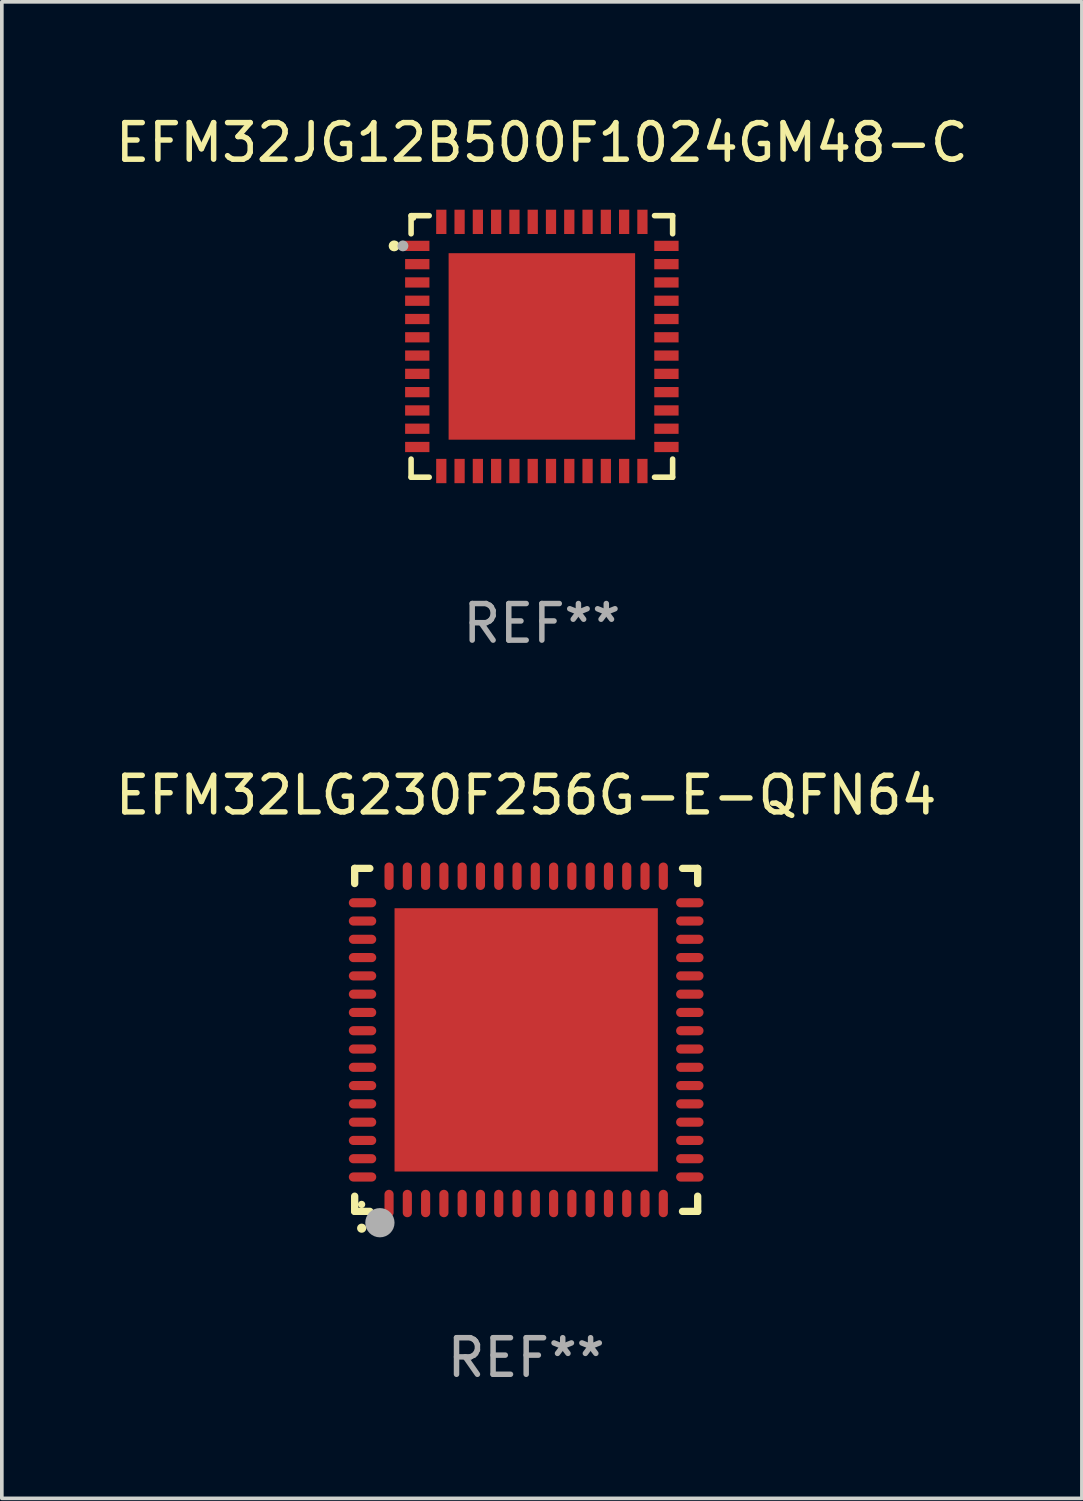
<source format=kicad_pcb>
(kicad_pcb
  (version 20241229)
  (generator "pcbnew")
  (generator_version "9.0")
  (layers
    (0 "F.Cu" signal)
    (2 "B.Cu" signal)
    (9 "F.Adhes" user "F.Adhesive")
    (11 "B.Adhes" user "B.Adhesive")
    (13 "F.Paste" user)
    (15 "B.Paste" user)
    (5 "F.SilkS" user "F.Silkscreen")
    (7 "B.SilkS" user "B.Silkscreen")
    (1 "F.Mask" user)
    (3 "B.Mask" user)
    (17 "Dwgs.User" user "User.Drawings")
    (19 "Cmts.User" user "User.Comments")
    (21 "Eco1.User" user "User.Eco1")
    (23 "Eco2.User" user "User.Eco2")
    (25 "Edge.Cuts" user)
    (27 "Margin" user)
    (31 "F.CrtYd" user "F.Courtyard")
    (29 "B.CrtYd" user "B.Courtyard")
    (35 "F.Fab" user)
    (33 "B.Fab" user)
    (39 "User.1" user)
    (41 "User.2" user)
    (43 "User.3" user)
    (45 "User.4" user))
  (footprint "EFM32JG12B500F1024GM48-C"
    (layer "F.Cu")
    (at 11.768 6.424)
    (property "Reference" "EFM32JG12B500F1024GM48-C" (at 0 -5.576 0) (layer "F.SilkS") (effects (font (size 1 1) (thickness 0.15))))
    (attr through_hole)
    (fp_line (start -3.576 -3.576) (end -3.576 -3.081) (stroke (width 0.152) (type solid)) (layer "F.SilkS"))
    (fp_line (start -3.576 3.576) (end -3.576 3.081) (stroke (width 0.152) (type solid)) (layer "F.SilkS"))
    (fp_line (start -3.081 -3.576) (end -3.576 -3.576) (stroke (width 0.152) (type solid)) (layer "F.SilkS"))
    (fp_line (start -3.081 3.576) (end -3.576 3.576) (stroke (width 0.152) (type solid)) (layer "F.SilkS"))
    (fp_line (start 3.081 -3.576) (end 3.576 -3.576) (stroke (width 0.152) (type solid)) (layer "F.SilkS"))
    (fp_line (start 3.081 3.576) (end 3.576 3.576) (stroke (width 0.152) (type solid)) (layer "F.SilkS"))
    (fp_line (start 3.576 -3.576) (end 3.576 -3.081) (stroke (width 0.152) (type solid)) (layer "F.SilkS"))
    (fp_line (start 3.576 3.576) (end 3.576 3.081) (stroke (width 0.152) (type solid)) (layer "F.SilkS"))
    (fp_circle (center -4.04 -2.75) (end -3.965 -2.75) (stroke (width 0.15) (type solid)) (fill no) (layer "F.SilkS"))
    (fp_circle (center -3.5 -3.5) (end -3.47 -3.5) (stroke (width 0.06) (type solid)) (fill no) (layer "F.SilkS"))
    (fp_circle (center -3.8 -2.75) (end -3.725 -2.75) (stroke (width 0.15) (type solid)) (fill no) (layer "F.Fab"))
    (fp_text user "REF**" (at 0 7.576 0) (layer "F.Fab") (effects (font (size 1 1) (thickness 0.15))))
    (pad "1" smd rect (at -3.407 -2.75) (size 0.665 0.28) (layers "F.Cu" "F.Mask" "F.Paste"))
    (pad "2" smd rect (at -3.407 -2.25) (size 0.665 0.28) (layers "F.Cu" "F.Mask" "F.Paste"))
    (pad "3" smd rect (at -3.407 -1.75) (size 0.665 0.28) (layers "F.Cu" "F.Mask" "F.Paste"))
    (pad "4" smd rect (at -3.407 -1.25) (size 0.665 0.28) (layers "F.Cu" "F.Mask" "F.Paste"))
    (pad "5" smd rect (at -3.407 -0.75) (size 0.665 0.28) (layers "F.Cu" "F.Mask" "F.Paste"))
    (pad "6" smd rect (at -3.407 -0.25) (size 0.665 0.28) (layers "F.Cu" "F.Mask" "F.Paste"))
    (pad "7" smd rect (at -3.407 0.25) (size 0.665 0.28) (layers "F.Cu" "F.Mask" "F.Paste"))
    (pad "8" smd rect (at -3.407 0.75) (size 0.665 0.28) (layers "F.Cu" "F.Mask" "F.Paste"))
    (pad "9" smd rect (at -3.407 1.25) (size 0.665 0.28) (layers "F.Cu" "F.Mask" "F.Paste"))
    (pad "10" smd rect (at -3.407 1.75) (size 0.665 0.28) (layers "F.Cu" "F.Mask" "F.Paste"))
    (pad "11" smd rect (at -3.407 2.25) (size 0.665 0.28) (layers "F.Cu" "F.Mask" "F.Paste"))
    (pad "12" smd rect (at -3.407 2.75) (size 0.665 0.28) (layers "F.Cu" "F.Mask" "F.Paste"))
    (pad "13" smd rect (at -2.75 3.407) (size 0.28 0.665) (layers "F.Cu" "F.Mask" "F.Paste"))
    (pad "14" smd rect (at -2.25 3.407) (size 0.28 0.665) (layers "F.Cu" "F.Mask" "F.Paste"))
    (pad "15" smd rect (at -1.75 3.407) (size 0.28 0.665) (layers "F.Cu" "F.Mask" "F.Paste"))
    (pad "16" smd rect (at -1.25 3.407) (size 0.28 0.665) (layers "F.Cu" "F.Mask" "F.Paste"))
    (pad "17" smd rect (at -0.75 3.407) (size 0.28 0.665) (layers "F.Cu" "F.Mask" "F.Paste"))
    (pad "18" smd rect (at -0.25 3.407) (size 0.28 0.665) (layers "F.Cu" "F.Mask" "F.Paste"))
    (pad "19" smd rect (at 0.25 3.407) (size 0.28 0.665) (layers "F.Cu" "F.Mask" "F.Paste"))
    (pad "20" smd rect (at 0.75 3.407) (size 0.28 0.665) (layers "F.Cu" "F.Mask" "F.Paste"))
    (pad "21" smd rect (at 1.25 3.407) (size 0.28 0.665) (layers "F.Cu" "F.Mask" "F.Paste"))
    (pad "22" smd rect (at 1.75 3.407) (size 0.28 0.665) (layers "F.Cu" "F.Mask" "F.Paste"))
    (pad "23" smd rect (at 2.25 3.407) (size 0.28 0.665) (layers "F.Cu" "F.Mask" "F.Paste"))
    (pad "24" smd rect (at 2.75 3.407) (size 0.28 0.665) (layers "F.Cu" "F.Mask" "F.Paste"))
    (pad "25" smd rect (at 3.407 2.75) (size 0.665 0.28) (layers "F.Cu" "F.Mask" "F.Paste"))
    (pad "26" smd rect (at 3.407 2.25) (size 0.665 0.28) (layers "F.Cu" "F.Mask" "F.Paste"))
    (pad "27" smd rect (at 3.407 1.75) (size 0.665 0.28) (layers "F.Cu" "F.Mask" "F.Paste"))
    (pad "28" smd rect (at 3.407 1.25) (size 0.665 0.28) (layers "F.Cu" "F.Mask" "F.Paste"))
    (pad "29" smd rect (at 3.407 0.75) (size 0.665 0.28) (layers "F.Cu" "F.Mask" "F.Paste"))
    (pad "30" smd rect (at 3.407 0.25) (size 0.665 0.28) (layers "F.Cu" "F.Mask" "F.Paste"))
    (pad "31" smd rect (at 3.407 -0.25) (size 0.665 0.28) (layers "F.Cu" "F.Mask" "F.Paste"))
    (pad "32" smd rect (at 3.407 -0.75) (size 0.665 0.28) (layers "F.Cu" "F.Mask" "F.Paste"))
    (pad "33" smd rect (at 3.407 -1.25) (size 0.665 0.28) (layers "F.Cu" "F.Mask" "F.Paste"))
    (pad "34" smd rect (at 3.407 -1.75) (size 0.665 0.28) (layers "F.Cu" "F.Mask" "F.Paste"))
    (pad "35" smd rect (at 3.407 -2.25) (size 0.665 0.28) (layers "F.Cu" "F.Mask" "F.Paste"))
    (pad "36" smd rect (at 3.407 -2.75) (size 0.665 0.28) (layers "F.Cu" "F.Mask" "F.Paste"))
    (pad "37" smd rect (at 2.75 -3.407) (size 0.28 0.665) (layers "F.Cu" "F.Mask" "F.Paste"))
    (pad "38" smd rect (at 2.25 -3.407) (size 0.28 0.665) (layers "F.Cu" "F.Mask" "F.Paste"))
    (pad "39" smd rect (at 1.75 -3.407) (size 0.28 0.665) (layers "F.Cu" "F.Mask" "F.Paste"))
    (pad "40" smd rect (at 1.25 -3.407) (size 0.28 0.665) (layers "F.Cu" "F.Mask" "F.Paste"))
    (pad "41" smd rect (at 0.75 -3.407) (size 0.28 0.665) (layers "F.Cu" "F.Mask" "F.Paste"))
    (pad "42" smd rect (at 0.25 -3.407) (size 0.28 0.665) (layers "F.Cu" "F.Mask" "F.Paste"))
    (pad "43" smd rect (at -0.25 -3.407) (size 0.28 0.665) (layers "F.Cu" "F.Mask" "F.Paste"))
    (pad "44" smd rect (at -0.75 -3.407) (size 0.28 0.665) (layers "F.Cu" "F.Mask" "F.Paste"))
    (pad "45" smd rect (at -1.25 -3.407) (size 0.28 0.665) (layers "F.Cu" "F.Mask" "F.Paste"))
    (pad "46" smd rect (at -1.75 -3.407) (size 0.28 0.665) (layers "F.Cu" "F.Mask" "F.Paste"))
    (pad "47" smd rect (at -2.25 -3.407) (size 0.28 0.665) (layers "F.Cu" "F.Mask" "F.Paste"))
    (pad "48" smd rect (at -2.75 -3.407) (size 0.28 0.665) (layers "F.Cu" "F.Mask" "F.Paste"))
    (pad "49" smd rect (at 0 0) (size 5.1 5.1) (layers "F.Cu" "F.Mask" "F.Paste")))
  (footprint "EFM32LG230F256G-E-QFN64"
    (layer "F.Cu")
    (at 11.339 25.387)
    (property "Reference" "EFM32LG230F256G-E-QFN64" (at 0 -6.69 0) (layer "F.SilkS") (effects (font (size 1 1) (thickness 0.15))))
    (attr through_hole)
    (fp_line (start -4.69 -4.69) (end -4.275 -4.69) (stroke (width 0.2) (type solid)) (layer "F.SilkS"))
    (fp_line (start -4.69 -4.275) (end -4.69 -4.69) (stroke (width 0.2) (type solid)) (layer "F.SilkS"))
    (fp_line (start -4.69 4.69) (end -4.69 4.275) (stroke (width 0.2) (type solid)) (layer "F.SilkS"))
    (fp_line (start -4.275 4.69) (end -4.69 4.69) (stroke (width 0.2) (type solid)) (layer "F.SilkS"))
    (fp_line (start 4.275 4.69) (end 4.69 4.69) (stroke (width 0.2) (type solid)) (layer "F.SilkS"))
    (fp_line (start 4.69 -4.69) (end 4.275 -4.69) (stroke (width 0.2) (type solid)) (layer "F.SilkS"))
    (fp_line (start 4.69 -4.275) (end 4.69 -4.69) (stroke (width 0.2) (type solid)) (layer "F.SilkS"))
    (fp_line (start 4.69 4.69) (end 4.69 4.275) (stroke (width 0.2) (type solid)) (layer "F.SilkS"))
    (fp_arc (start -4.499886 5.15) (mid -4.498616 5.149994) (end -4.497346 5.15) (stroke (width 0.24892) (type solid)) (layer "F.SilkS"))
    (fp_circle (center -4.5 4.5) (end -4.45 4.5) (stroke (width 0.1) (type solid)) (fill no) (layer "F.SilkS"))
    (fp_circle (center -4 5) (end -3.8 5) (stroke (width 0.4) (type solid)) (fill no) (layer "F.Fab"))
    (fp_text user "REF**" (at 0 8.69 0) (layer "F.Fab") (effects (font (size 1 1) (thickness 0.15))))
    (pad "1" smd oval (at -3.75 4.475) (size 0.25 0.75) (layers "F.Cu" "F.Mask" "F.Paste"))
    (pad "2" smd oval (at -3.25 4.475) (size 0.25 0.75) (layers "F.Cu" "F.Mask" "F.Paste"))
    (pad "3" smd oval (at -2.75 4.475) (size 0.25 0.75) (layers "F.Cu" "F.Mask" "F.Paste"))
    (pad "4" smd oval (at -2.25 4.475) (size 0.25 0.75) (layers "F.Cu" "F.Mask" "F.Paste"))
    (pad "5" smd oval (at -1.75 4.475) (size 0.25 0.75) (layers "F.Cu" "F.Mask" "F.Paste"))
    (pad "6" smd oval (at -1.25 4.475) (size 0.25 0.75) (layers "F.Cu" "F.Mask" "F.Paste"))
    (pad "7" smd oval (at -0.75 4.475) (size 0.25 0.75) (layers "F.Cu" "F.Mask" "F.Paste"))
    (pad "8" smd oval (at -0.25 4.475) (size 0.25 0.75) (layers "F.Cu" "F.Mask" "F.Paste"))
    (pad "9" smd oval (at 0.25 4.475) (size 0.25 0.75) (layers "F.Cu" "F.Mask" "F.Paste"))
    (pad "10" smd oval (at 0.75 4.475) (size 0.25 0.75) (layers "F.Cu" "F.Mask" "F.Paste"))
    (pad "11" smd oval (at 1.25 4.475) (size 0.25 0.75) (layers "F.Cu" "F.Mask" "F.Paste"))
    (pad "12" smd oval (at 1.75 4.475) (size 0.25 0.75) (layers "F.Cu" "F.Mask" "F.Paste"))
    (pad "13" smd oval (at 2.25 4.475) (size 0.25 0.75) (layers "F.Cu" "F.Mask" "F.Paste"))
    (pad "14" smd oval (at 2.75 4.475) (size 0.25 0.75) (layers "F.Cu" "F.Mask" "F.Paste"))
    (pad "15" smd oval (at 3.25 4.475) (size 0.25 0.75) (layers "F.Cu" "F.Mask" "F.Paste"))
    (pad "16" smd oval (at 3.75 4.475) (size 0.25 0.75) (layers "F.Cu" "F.Mask" "F.Paste"))
    (pad "17" smd oval (at 4.475 3.75) (size 0.75 0.25) (layers "F.Cu" "F.Mask" "F.Paste"))
    (pad "18" smd oval (at 4.475 3.25) (size 0.75 0.25) (layers "F.Cu" "F.Mask" "F.Paste"))
    (pad "19" smd oval (at 4.475 2.75) (size 0.75 0.25) (layers "F.Cu" "F.Mask" "F.Paste"))
    (pad "20" smd oval (at 4.475 2.25) (size 0.75 0.25) (layers "F.Cu" "F.Mask" "F.Paste"))
    (pad "21" smd oval (at 4.475 1.75) (size 0.75 0.25) (layers "F.Cu" "F.Mask" "F.Paste"))
    (pad "22" smd oval (at 4.475 1.25) (size 0.75 0.25) (layers "F.Cu" "F.Mask" "F.Paste"))
    (pad "23" smd oval (at 4.475 0.75) (size 0.75 0.25) (layers "F.Cu" "F.Mask" "F.Paste"))
    (pad "24" smd oval (at 4.475 0.25) (size 0.75 0.25) (layers "F.Cu" "F.Mask" "F.Paste"))
    (pad "25" smd oval (at 4.475 -0.25) (size 0.75 0.25) (layers "F.Cu" "F.Mask" "F.Paste"))
    (pad "26" smd oval (at 4.475 -0.75) (size 0.75 0.25) (layers "F.Cu" "F.Mask" "F.Paste"))
    (pad "27" smd oval (at 4.475 -1.25) (size 0.75 0.25) (layers "F.Cu" "F.Mask" "F.Paste"))
    (pad "28" smd oval (at 4.475 -1.75) (size 0.75 0.25) (layers "F.Cu" "F.Mask" "F.Paste"))
    (pad "29" smd oval (at 4.475 -2.25) (size 0.75 0.25) (layers "F.Cu" "F.Mask" "F.Paste"))
    (pad "30" smd oval (at 4.475 -2.75) (size 0.75 0.25) (layers "F.Cu" "F.Mask" "F.Paste"))
    (pad "31" smd oval (at 4.475 -3.25) (size 0.75 0.25) (layers "F.Cu" "F.Mask" "F.Paste"))
    (pad "32" smd oval (at 4.475 -3.75) (size 0.75 0.25) (layers "F.Cu" "F.Mask" "F.Paste"))
    (pad "33" smd oval (at 3.75 -4.475) (size 0.25 0.75) (layers "F.Cu" "F.Mask" "F.Paste"))
    (pad "34" smd oval (at 3.25 -4.475) (size 0.25 0.75) (layers "F.Cu" "F.Mask" "F.Paste"))
    (pad "35" smd oval (at 2.75 -4.475) (size 0.25 0.75) (layers "F.Cu" "F.Mask" "F.Paste"))
    (pad "36" smd oval (at 2.25 -4.475) (size 0.25 0.75) (layers "F.Cu" "F.Mask" "F.Paste"))
    (pad "37" smd oval (at 1.75 -4.475) (size 0.25 0.75) (layers "F.Cu" "F.Mask" "F.Paste"))
    (pad "38" smd oval (at 1.25 -4.475) (size 0.25 0.75) (layers "F.Cu" "F.Mask" "F.Paste"))
    (pad "39" smd oval (at 0.75 -4.475) (size 0.25 0.75) (layers "F.Cu" "F.Mask" "F.Paste"))
    (pad "40" smd oval (at 0.25 -4.475) (size 0.25 0.75) (layers "F.Cu" "F.Mask" "F.Paste"))
    (pad "41" smd oval (at -0.25 -4.475) (size 0.25 0.75) (layers "F.Cu" "F.Mask" "F.Paste"))
    (pad "42" smd oval (at -0.75 -4.475) (size 0.25 0.75) (layers "F.Cu" "F.Mask" "F.Paste"))
    (pad "43" smd oval (at -1.25 -4.475) (size 0.25 0.75) (layers "F.Cu" "F.Mask" "F.Paste"))
    (pad "44" smd oval (at -1.75 -4.475) (size 0.25 0.75) (layers "F.Cu" "F.Mask" "F.Paste"))
    (pad "45" smd oval (at -2.25 -4.475) (size 0.25 0.75) (layers "F.Cu" "F.Mask" "F.Paste"))
    (pad "46" smd oval (at -2.75 -4.475) (size 0.25 0.75) (layers "F.Cu" "F.Mask" "F.Paste"))
    (pad "47" smd oval (at -3.25 -4.475) (size 0.25 0.75) (layers "F.Cu" "F.Mask" "F.Paste"))
    (pad "48" smd oval (at -3.75 -4.475) (size 0.25 0.75) (layers "F.Cu" "F.Mask" "F.Paste"))
    (pad "49" smd oval (at -4.475 -3.75) (size 0.75 0.25) (layers "F.Cu" "F.Mask" "F.Paste"))
    (pad "50" smd oval (at -4.475 -3.25) (size 0.75 0.25) (layers "F.Cu" "F.Mask" "F.Paste"))
    (pad "51" smd oval (at -4.475 -2.75) (size 0.75 0.25) (layers "F.Cu" "F.Mask" "F.Paste"))
    (pad "52" smd oval (at -4.475 -2.25) (size 0.75 0.25) (layers "F.Cu" "F.Mask" "F.Paste"))
    (pad "53" smd oval (at -4.475 -1.75) (size 0.75 0.25) (layers "F.Cu" "F.Mask" "F.Paste"))
    (pad "54" smd oval (at -4.475 -1.25) (size 0.75 0.25) (layers "F.Cu" "F.Mask" "F.Paste"))
    (pad "55" smd oval (at -4.475 -0.75) (size 0.75 0.25) (layers "F.Cu" "F.Mask" "F.Paste"))
    (pad "56" smd oval (at -4.475 -0.25) (size 0.75 0.25) (layers "F.Cu" "F.Mask" "F.Paste"))
    (pad "57" smd oval (at -4.475 0.25) (size 0.75 0.25) (layers "F.Cu" "F.Mask" "F.Paste"))
    (pad "58" smd oval (at -4.475 0.75) (size 0.75 0.25) (layers "F.Cu" "F.Mask" "F.Paste"))
    (pad "59" smd oval (at -4.475 1.25) (size 0.75 0.25) (layers "F.Cu" "F.Mask" "F.Paste"))
    (pad "60" smd oval (at -4.475 1.75) (size 0.75 0.25) (layers "F.Cu" "F.Mask" "F.Paste"))
    (pad "61" smd oval (at -4.475 2.25) (size 0.75 0.25) (layers "F.Cu" "F.Mask" "F.Paste"))
    (pad "62" smd oval (at -4.475 2.75) (size 0.75 0.25) (layers "F.Cu" "F.Mask" "F.Paste"))
    (pad "63" smd oval (at -4.475 3.25) (size 0.75 0.25) (layers "F.Cu" "F.Mask" "F.Paste"))
    (pad "64" smd oval (at -4.475 3.75) (size 0.75 0.25) (layers "F.Cu" "F.Mask" "F.Paste"))
    (pad "65" smd rect (at 0.000368 0.000013) (size 7.2 7.2) (layers "F.Cu" "F.Mask" "F.Paste")))
  (gr_rect
    (start -3 -3)
    (end 26.536 37.926)
    (stroke (width 0.1) (type default))
    (fill no)
    (layer "Edge.Cuts")))
</source>
